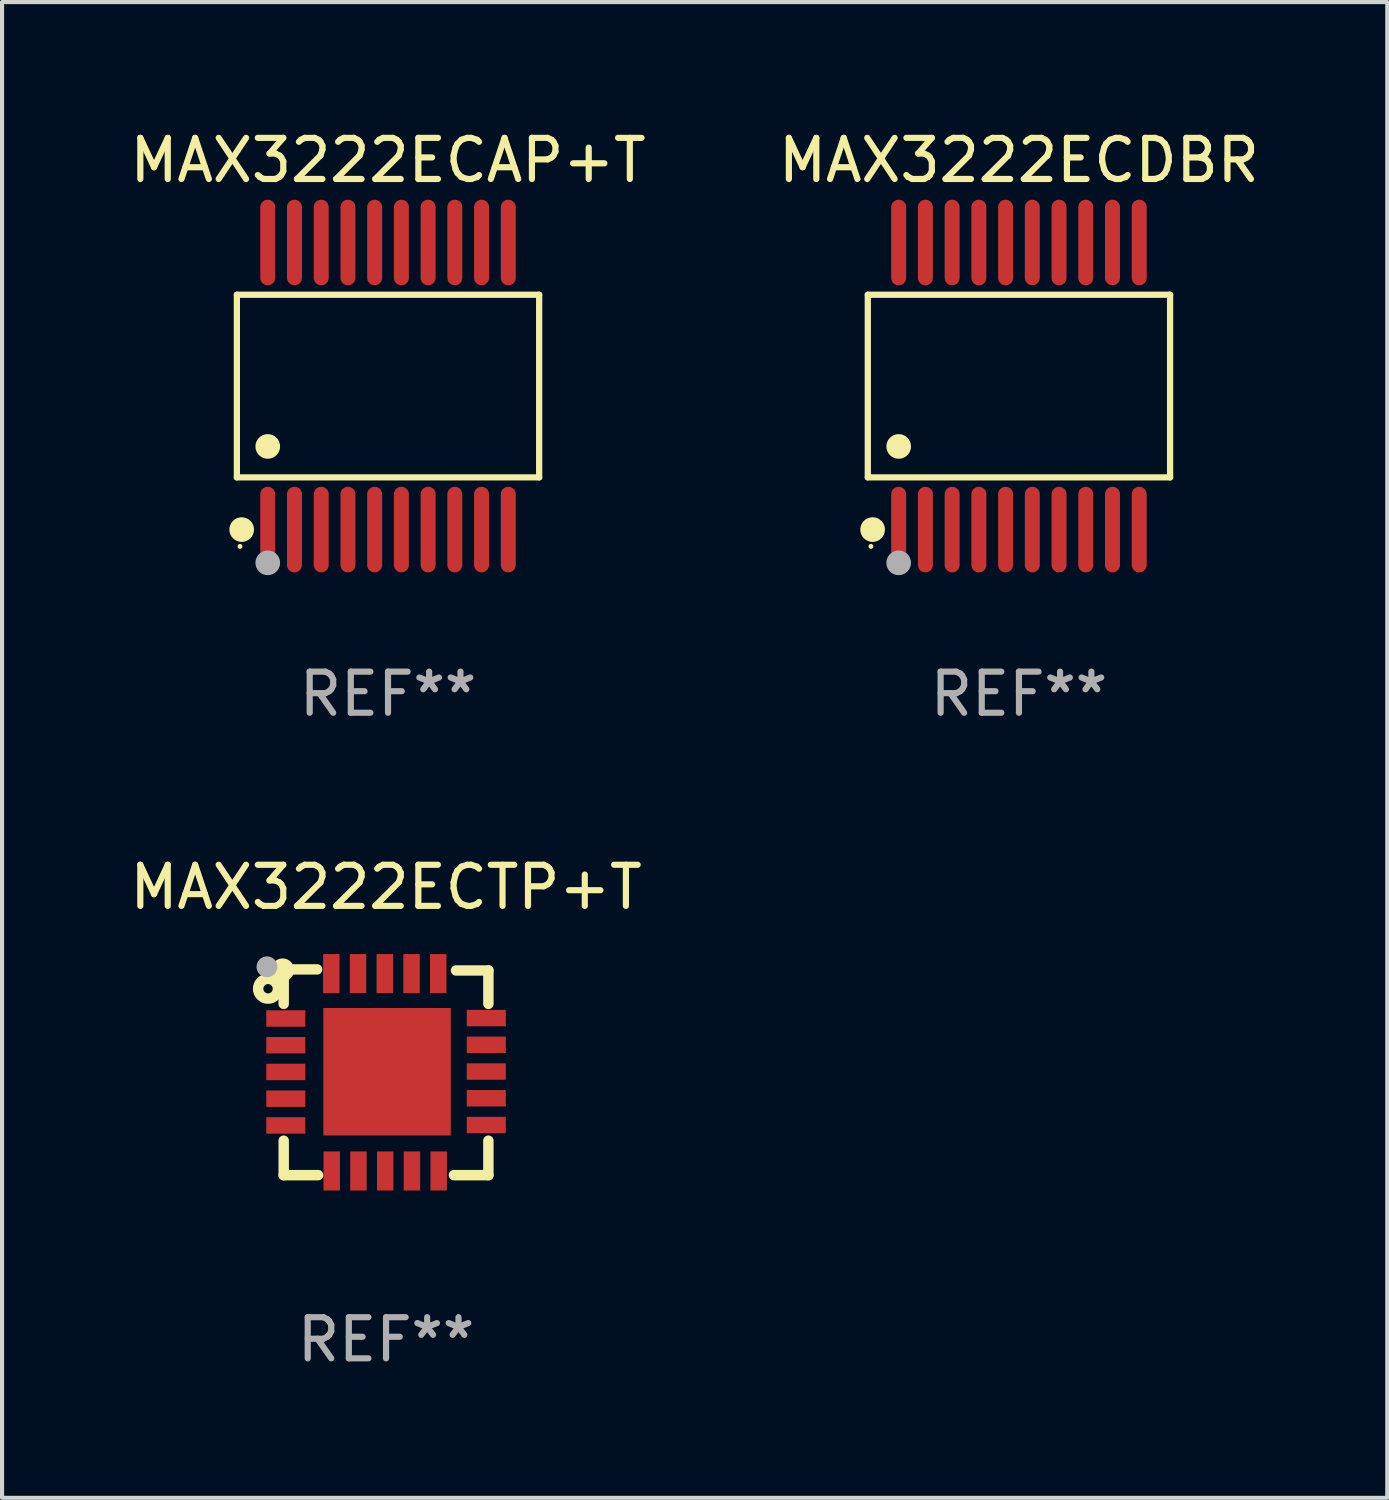
<source format=kicad_pcb>
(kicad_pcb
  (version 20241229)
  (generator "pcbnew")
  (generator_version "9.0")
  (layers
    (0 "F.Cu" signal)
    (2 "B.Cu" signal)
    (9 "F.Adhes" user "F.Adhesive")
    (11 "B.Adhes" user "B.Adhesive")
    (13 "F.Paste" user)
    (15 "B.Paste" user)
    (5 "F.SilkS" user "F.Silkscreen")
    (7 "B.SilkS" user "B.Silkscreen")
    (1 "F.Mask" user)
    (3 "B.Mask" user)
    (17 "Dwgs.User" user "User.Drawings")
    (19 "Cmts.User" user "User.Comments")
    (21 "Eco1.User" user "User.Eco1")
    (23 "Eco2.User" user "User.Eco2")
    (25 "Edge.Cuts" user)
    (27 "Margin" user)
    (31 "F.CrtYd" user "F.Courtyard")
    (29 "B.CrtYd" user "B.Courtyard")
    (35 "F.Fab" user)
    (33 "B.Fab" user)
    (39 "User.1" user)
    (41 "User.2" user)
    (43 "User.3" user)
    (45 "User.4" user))
  (footprint "MAX3222ECAP+T"
    (layer "F.Cu")
    (at 6.387 6.339)
    (property "Reference" "MAX3222ECAP+T" (at 0 -5.491 0) (layer "F.SilkS") (effects (font (size 1 1) (thickness 0.15))))
    (attr through_hole)
    (fp_line (start -3.676 -2.221) (end 3.676 -2.221) (stroke (width 0.152) (type solid)) (layer "F.SilkS"))
    (fp_line (start -3.676 2.221) (end -3.676 -2.221) (stroke (width 0.152) (type solid)) (layer "F.SilkS"))
    (fp_line (start 3.676 -2.221) (end 3.676 2.221) (stroke (width 0.152) (type solid)) (layer "F.SilkS"))
    (fp_line (start 3.676 2.221) (end -3.676 2.221) (stroke (width 0.152) (type solid)) (layer "F.SilkS"))
    (fp_circle (center -3.6 3.9) (end -3.57 3.9) (stroke (width 0.06) (type solid)) (fill no) (layer "F.SilkS"))
    (fp_circle (center -3.559 3.491) (end -3.409 3.491) (stroke (width 0.3) (type solid)) (fill no) (layer "F.SilkS"))
    (fp_circle (center -2.925 1.469) (end -2.775 1.469) (stroke (width 0.3) (type solid)) (fill no) (layer "F.SilkS"))
    (fp_circle (center -2.925 4.3) (end -2.775 4.3) (stroke (width 0.3) (type solid)) (fill no) (layer "F.Fab"))
    (fp_text user "REF**" (at 0 7.491 0) (layer "F.Fab") (effects (font (size 1 1) (thickness 0.15))))
    (pad "1" smd oval (at -2.925 3.491) (size 0.364 2.082) (layers "F.Cu" "F.Mask" "F.Paste"))
    (pad "2" smd oval (at -2.275 3.491) (size 0.364 2.082) (layers "F.Cu" "F.Mask" "F.Paste"))
    (pad "3" smd oval (at -1.625 3.491) (size 0.364 2.082) (layers "F.Cu" "F.Mask" "F.Paste"))
    (pad "4" smd oval (at -0.975 3.491) (size 0.364 2.082) (layers "F.Cu" "F.Mask" "F.Paste"))
    (pad "5" smd oval (at -0.325 3.491) (size 0.364 2.082) (layers "F.Cu" "F.Mask" "F.Paste"))
    (pad "6" smd oval (at 0.325 3.491) (size 0.364 2.082) (layers "F.Cu" "F.Mask" "F.Paste"))
    (pad "7" smd oval (at 0.975 3.491) (size 0.364 2.082) (layers "F.Cu" "F.Mask" "F.Paste"))
    (pad "8" smd oval (at 1.625 3.491) (size 0.364 2.082) (layers "F.Cu" "F.Mask" "F.Paste"))
    (pad "9" smd oval (at 2.275 3.491) (size 0.364 2.082) (layers "F.Cu" "F.Mask" "F.Paste"))
    (pad "10" smd oval (at 2.925 3.491) (size 0.364 2.082) (layers "F.Cu" "F.Mask" "F.Paste"))
    (pad "11" smd oval (at 2.925 -3.491) (size 0.364 2.082) (layers "F.Cu" "F.Mask" "F.Paste"))
    (pad "12" smd oval (at 2.275 -3.491) (size 0.364 2.082) (layers "F.Cu" "F.Mask" "F.Paste"))
    (pad "13" smd oval (at 1.625 -3.491) (size 0.364 2.082) (layers "F.Cu" "F.Mask" "F.Paste"))
    (pad "14" smd oval (at 0.975 -3.491) (size 0.364 2.082) (layers "F.Cu" "F.Mask" "F.Paste"))
    (pad "15" smd oval (at 0.325 -3.491) (size 0.364 2.082) (layers "F.Cu" "F.Mask" "F.Paste"))
    (pad "16" smd oval (at -0.325 -3.491) (size 0.364 2.082) (layers "F.Cu" "F.Mask" "F.Paste"))
    (pad "17" smd oval (at -0.975 -3.491) (size 0.364 2.082) (layers "F.Cu" "F.Mask" "F.Paste"))
    (pad "18" smd oval (at -1.625 -3.491) (size 0.364 2.082) (layers "F.Cu" "F.Mask" "F.Paste"))
    (pad "19" smd oval (at -2.275 -3.491) (size 0.364 2.082) (layers "F.Cu" "F.Mask" "F.Paste"))
    (pad "20" smd oval (at -2.925 -3.491) (size 0.364 2.082) (layers "F.Cu" "F.Mask" "F.Paste")))
  (footprint "MAX3222ECTP+T"
    (layer "F.Cu")
    (at 6.339 23.029)
    (property "Reference" "MAX3222ECTP+T" (at 0 -4.502 0) (layer "F.SilkS") (effects (font (size 1 1) (thickness 0.15))))
    (attr through_hole)
    (fp_line (start -2.489 -2.502) (end -2.489 -2.476) (stroke (width 0.254) (type solid)) (layer "F.SilkS"))
    (fp_line (start -2.489 -2.476) (end -2.489 -1.664) (stroke (width 0.254) (type solid)) (layer "F.SilkS"))
    (fp_line (start -2.489 2.502) (end -2.489 1.664) (stroke (width 0.254) (type solid)) (layer "F.SilkS"))
    (fp_line (start -2.464 -2.502) (end -2.489 -2.502) (stroke (width 0.254) (type solid)) (layer "F.SilkS"))
    (fp_line (start -1.676 -2.502) (end -2.464 -2.502) (stroke (width 0.254) (type solid)) (layer "F.SilkS"))
    (fp_line (start -1.651 2.502) (end -2.489 2.502) (stroke (width 0.254) (type solid)) (layer "F.SilkS"))
    (fp_line (start 2.489 -2.476) (end 1.702 -2.476) (stroke (width 0.254) (type solid)) (layer "F.SilkS"))
    (fp_line (start 2.489 -1.664) (end 2.489 -2.476) (stroke (width 0.254) (type solid)) (layer "F.SilkS"))
    (fp_line (start 2.489 1.664) (end 2.489 2.502) (stroke (width 0.254) (type solid)) (layer "F.SilkS"))
    (fp_line (start 2.489 2.502) (end 1.651 2.502) (stroke (width 0.254) (type solid)) (layer "F.SilkS"))
    (fp_circle (center -2.87 -2.032) (end -2.756 -2.032) (stroke (width 0.254) (type solid)) (fill no) (layer "F.SilkS"))
    (fp_circle (center -2.515 -2.489) (end -2.489 -2.489) (stroke (width 0.254) (type solid)) (fill no) (layer "F.SilkS"))
    (fp_circle (center -2.896 -2.565) (end -2.769 -2.565) (stroke (width 0.254) (type solid)) (fill no) (layer "F.Fab"))
    (fp_text user "REF**" (at 0 6.502 0) (layer "F.Fab") (effects (font (size 1 1) (thickness 0.15))))
    (pad "1" smd rect (at -2.438 -1.308 270) (size 0.4 0.95) (layers "F.Cu" "F.Mask" "F.Paste"))
    (pad "2" smd rect (at -2.438 -0.658 270) (size 0.4 0.95) (layers "F.Cu" "F.Mask" "F.Paste"))
    (pad "3" smd rect (at -2.438 -0.008 270) (size 0.4 0.95) (layers "F.Cu" "F.Mask" "F.Paste"))
    (pad "4" smd rect (at -2.438 0.643 270) (size 0.4 0.95) (layers "F.Cu" "F.Mask" "F.Paste"))
    (pad "5" smd rect (at -2.438 1.293 270) (size 0.4 0.95) (layers "F.Cu" "F.Mask" "F.Paste"))
    (pad "6" smd rect (at -1.321 2.4) (size 0.4 0.95) (layers "F.Cu" "F.Mask" "F.Paste"))
    (pad "7" smd rect (at -0.671 2.4) (size 0.4 0.95) (layers "F.Cu" "F.Mask" "F.Paste"))
    (pad "8" smd rect (at -0.02 2.4) (size 0.4 0.95) (layers "F.Cu" "F.Mask" "F.Paste"))
    (pad "9" smd rect (at 0.63 2.4) (size 0.4 0.95) (layers "F.Cu" "F.Mask" "F.Paste"))
    (pad "10" smd rect (at 1.28 2.4) (size 0.4 0.95) (layers "F.Cu" "F.Mask" "F.Paste"))
    (pad "11" smd rect (at 2.438 1.283 90) (size 0.4 0.95) (layers "F.Cu" "F.Mask" "F.Paste"))
    (pad "12" smd rect (at 2.438 0.632 90) (size 0.4 0.95) (layers "F.Cu" "F.Mask" "F.Paste"))
    (pad "13" smd rect (at 2.438 -0.018 90) (size 0.4 0.95) (layers "F.Cu" "F.Mask" "F.Paste"))
    (pad "14" smd rect (at 2.438 -0.668 90) (size 0.4 0.95) (layers "F.Cu" "F.Mask" "F.Paste"))
    (pad "15" smd rect (at 2.438 -1.318 90) (size 0.4 0.95) (layers "F.Cu" "F.Mask" "F.Paste"))
    (pad "16" smd rect (at 1.27 -2.4 180) (size 0.4 0.95) (layers "F.Cu" "F.Mask" "F.Paste"))
    (pad "17" smd rect (at 0.62 -2.4 180) (size 0.4 0.95) (layers "F.Cu" "F.Mask" "F.Paste"))
    (pad "18" smd rect (at -0.03 -2.4 180) (size 0.4 0.95) (layers "F.Cu" "F.Mask" "F.Paste"))
    (pad "19" smd rect (at -0.681 -2.4 180) (size 0.4 0.95) (layers "F.Cu" "F.Mask" "F.Paste"))
    (pad "20" smd rect (at -1.331 -2.4 180) (size 0.4 0.95) (layers "F.Cu" "F.Mask" "F.Paste"))
    (pad "21" smd rect (at 0.025 -0.013 180) (size 3.1 3.1) (layers "F.Cu" "F.Mask" "F.Paste")))
  (footprint "MAX3222ECDBR"
    (layer "F.Cu")
    (at 21.732 6.339)
    (property "Reference" "MAX3222ECDBR" (at 0 -5.491 0) (layer "F.SilkS") (effects (font (size 1 1) (thickness 0.15))))
    (attr through_hole)
    (fp_line (start -3.676 -2.221) (end 3.676 -2.221) (stroke (width 0.152) (type solid)) (layer "F.SilkS"))
    (fp_line (start -3.676 2.221) (end -3.676 -2.221) (stroke (width 0.152) (type solid)) (layer "F.SilkS"))
    (fp_line (start 3.676 -2.221) (end 3.676 2.221) (stroke (width 0.152) (type solid)) (layer "F.SilkS"))
    (fp_line (start 3.676 2.221) (end -3.676 2.221) (stroke (width 0.152) (type solid)) (layer "F.SilkS"))
    (fp_circle (center -3.6 3.9) (end -3.57 3.9) (stroke (width 0.06) (type solid)) (fill no) (layer "F.SilkS"))
    (fp_circle (center -3.559 3.491) (end -3.409 3.491) (stroke (width 0.3) (type solid)) (fill no) (layer "F.SilkS"))
    (fp_circle (center -2.925 1.469) (end -2.775 1.469) (stroke (width 0.3) (type solid)) (fill no) (layer "F.SilkS"))
    (fp_circle (center -2.925 4.3) (end -2.775 4.3) (stroke (width 0.3) (type solid)) (fill no) (layer "F.Fab"))
    (fp_text user "REF**" (at 0 7.491 0) (layer "F.Fab") (effects (font (size 1 1) (thickness 0.15))))
    (pad "1" smd oval (at -2.925 3.491) (size 0.364 2.082) (layers "F.Cu" "F.Mask" "F.Paste"))
    (pad "2" smd oval (at -2.275 3.491) (size 0.364 2.082) (layers "F.Cu" "F.Mask" "F.Paste"))
    (pad "3" smd oval (at -1.625 3.491) (size 0.364 2.082) (layers "F.Cu" "F.Mask" "F.Paste"))
    (pad "4" smd oval (at -0.975 3.491) (size 0.364 2.082) (layers "F.Cu" "F.Mask" "F.Paste"))
    (pad "5" smd oval (at -0.325 3.491) (size 0.364 2.082) (layers "F.Cu" "F.Mask" "F.Paste"))
    (pad "6" smd oval (at 0.325 3.491) (size 0.364 2.082) (layers "F.Cu" "F.Mask" "F.Paste"))
    (pad "7" smd oval (at 0.975 3.491) (size 0.364 2.082) (layers "F.Cu" "F.Mask" "F.Paste"))
    (pad "8" smd oval (at 1.625 3.491) (size 0.364 2.082) (layers "F.Cu" "F.Mask" "F.Paste"))
    (pad "9" smd oval (at 2.275 3.491) (size 0.364 2.082) (layers "F.Cu" "F.Mask" "F.Paste"))
    (pad "10" smd oval (at 2.925 3.491) (size 0.364 2.082) (layers "F.Cu" "F.Mask" "F.Paste"))
    (pad "11" smd oval (at 2.925 -3.491) (size 0.364 2.082) (layers "F.Cu" "F.Mask" "F.Paste"))
    (pad "12" smd oval (at 2.275 -3.491) (size 0.364 2.082) (layers "F.Cu" "F.Mask" "F.Paste"))
    (pad "13" smd oval (at 1.625 -3.491) (size 0.364 2.082) (layers "F.Cu" "F.Mask" "F.Paste"))
    (pad "14" smd oval (at 0.975 -3.491) (size 0.364 2.082) (layers "F.Cu" "F.Mask" "F.Paste"))
    (pad "15" smd oval (at 0.325 -3.491) (size 0.364 2.082) (layers "F.Cu" "F.Mask" "F.Paste"))
    (pad "16" smd oval (at -0.325 -3.491) (size 0.364 2.082) (layers "F.Cu" "F.Mask" "F.Paste"))
    (pad "17" smd oval (at -0.975 -3.491) (size 0.364 2.082) (layers "F.Cu" "F.Mask" "F.Paste"))
    (pad "18" smd oval (at -1.625 -3.491) (size 0.364 2.082) (layers "F.Cu" "F.Mask" "F.Paste"))
    (pad "19" smd oval (at -2.275 -3.491) (size 0.364 2.082) (layers "F.Cu" "F.Mask" "F.Paste"))
    (pad "20" smd oval (at -2.925 -3.491) (size 0.364 2.082) (layers "F.Cu" "F.Mask" "F.Paste")))
  (gr_rect
    (start -3 -3)
    (end 30.69 33.379)
    (stroke (width 0.1) (type default))
    (fill no)
    (layer "Edge.Cuts")))
</source>
